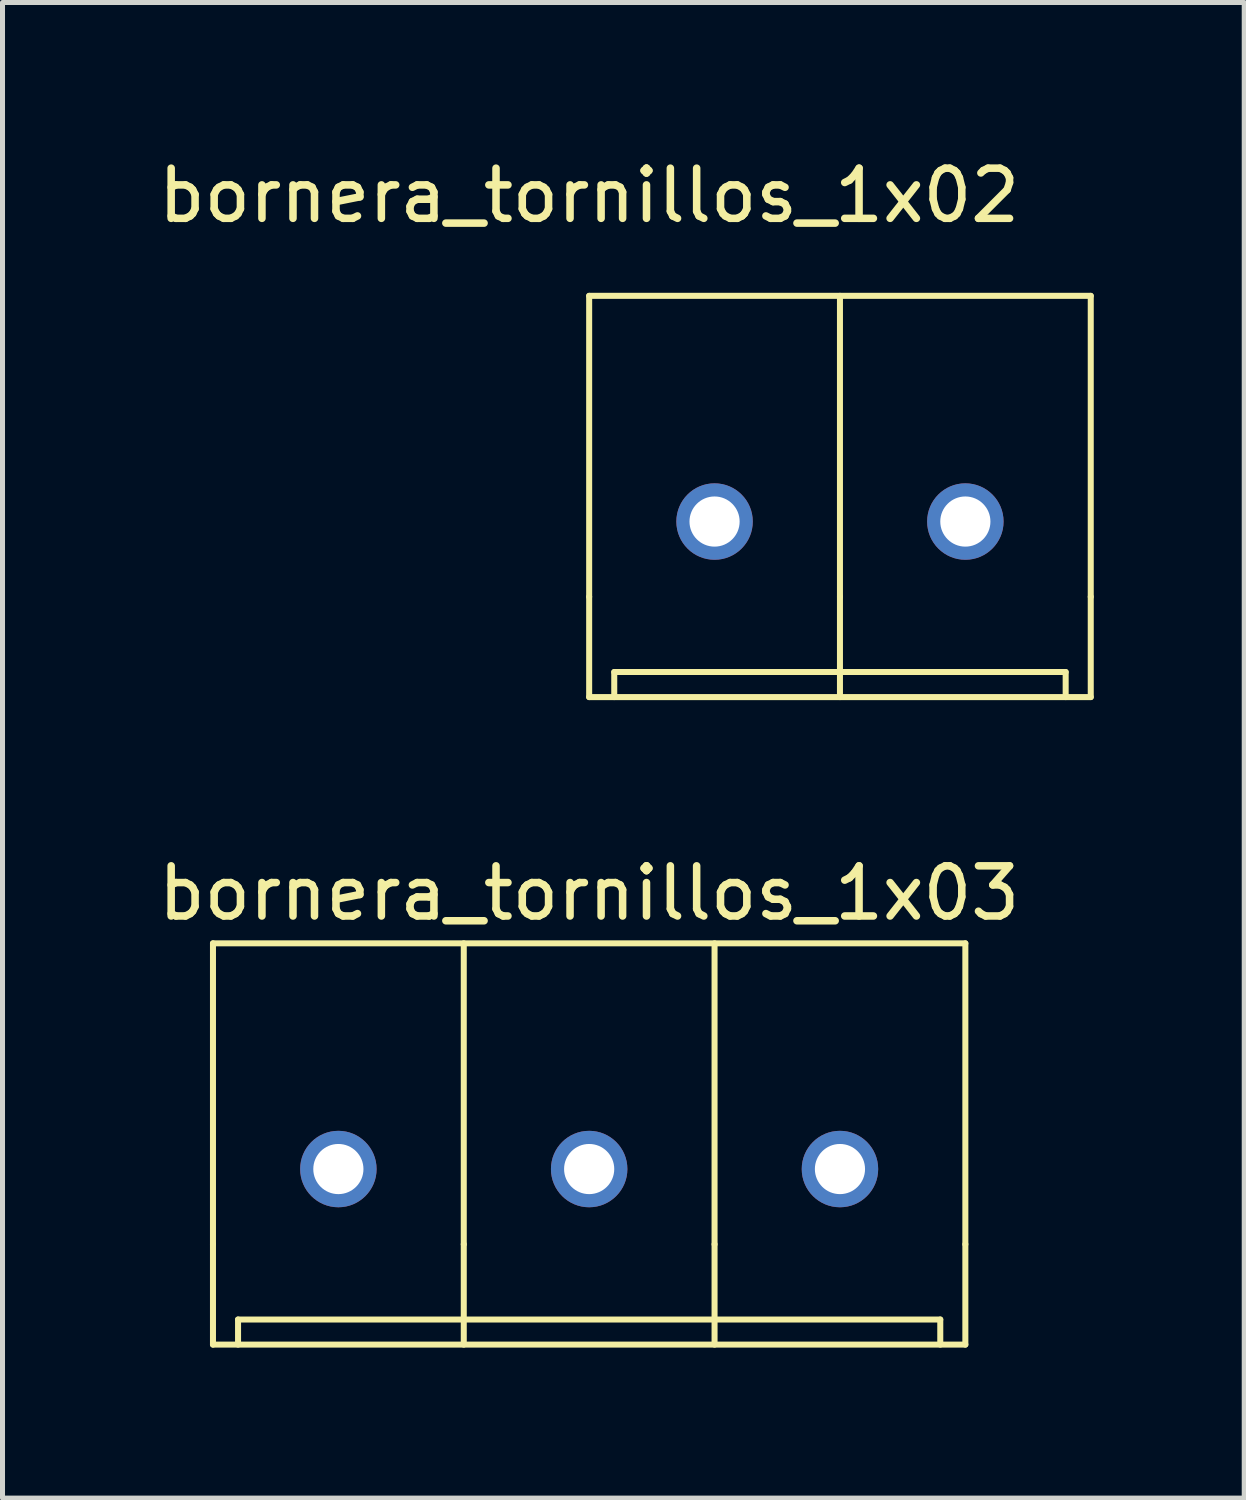
<source format=kicad_pcb>
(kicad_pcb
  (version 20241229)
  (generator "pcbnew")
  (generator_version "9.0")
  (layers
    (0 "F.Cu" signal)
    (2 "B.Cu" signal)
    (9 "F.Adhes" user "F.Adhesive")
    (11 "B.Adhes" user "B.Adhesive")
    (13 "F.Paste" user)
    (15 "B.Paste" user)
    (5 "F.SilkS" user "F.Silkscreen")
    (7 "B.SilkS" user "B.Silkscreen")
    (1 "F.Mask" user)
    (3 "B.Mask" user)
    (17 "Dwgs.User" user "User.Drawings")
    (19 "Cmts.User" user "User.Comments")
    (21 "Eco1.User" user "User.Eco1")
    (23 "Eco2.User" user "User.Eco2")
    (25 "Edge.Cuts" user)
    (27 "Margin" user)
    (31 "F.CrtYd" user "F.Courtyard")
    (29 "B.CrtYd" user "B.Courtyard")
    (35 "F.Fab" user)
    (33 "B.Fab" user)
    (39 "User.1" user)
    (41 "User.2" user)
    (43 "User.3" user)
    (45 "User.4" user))
  (footprint "bornera_tornillos_1x03"
    (layer "F.Cu")
    (at 1.196 15.757)
    (property "Reference" "bornera_tornillos_1x03" (at 7.5 -1 0) (layer "F.SilkS") (effects (font (size 1 1) (thickness 0.15))))
    (attr through_hole)
    (fp_line (start 0 0) (end 15 0) (stroke (width 0.12) (type solid)) (layer "F.SilkS"))
    (fp_line (start 0 6) (end 0 0) (stroke (width 0.12) (type solid)) (layer "F.SilkS"))
    (fp_line (start 0 6) (end 0 8) (stroke (width 0.12) (type solid)) (layer "F.SilkS"))
    (fp_line (start 0.5 7.5) (end 0.5 8) (stroke (width 0.12) (type solid)) (layer "F.SilkS"))
    (fp_line (start 0.5 7.5) (end 14.5 7.5) (stroke (width 0.12) (type solid)) (layer "F.SilkS"))
    (fp_line (start 5 0) (end 5 6) (stroke (width 0.12) (type solid)) (layer "F.SilkS"))
    (fp_line (start 5 6) (end 5 8) (stroke (width 0.12) (type solid)) (layer "F.SilkS"))
    (fp_line (start 10 0) (end 10 6) (stroke (width 0.12) (type solid)) (layer "F.SilkS"))
    (fp_line (start 10 6) (end 10 8) (stroke (width 0.12) (type solid)) (layer "F.SilkS"))
    (fp_line (start 14.5 7.5) (end 14.5 8) (stroke (width 0.12) (type solid)) (layer "F.SilkS"))
    (fp_line (start 15 0) (end 15 6) (stroke (width 0.12) (type solid)) (layer "F.SilkS"))
    (fp_line (start 15 6) (end 15 8) (stroke (width 0.12) (type solid)) (layer "F.SilkS"))
    (fp_line (start 15 8) (end 0 8) (stroke (width 0.12) (type solid)) (layer "F.SilkS"))
    (pad "1" thru_hole circle (at 2.5 4.5) (size 1.524 1.524) (drill 1) (layers "*.Cu" "*.Mask"))
    (pad "2" thru_hole circle (at 7.5 4.5) (size 1.524 1.524) (drill 1) (layers "*.Cu" "*.Mask"))
    (pad "3" thru_hole circle (at 12.5 4.5) (size 1.524 1.524) (drill 1) (layers "*.Cu" "*.Mask")))
  (footprint "bornera_tornillos_1x02"
    (layer "F.Cu")
    (at 8.696 2.848)
    (property "Reference" "bornera_tornillos_1x02" (at 0 -2 0) (layer "F.SilkS") (effects (font (size 1 1) (thickness 0.15))))
    (attr through_hole)
    (fp_line (start 0 0) (end 10 0) (stroke (width 0.12) (type solid)) (layer "F.SilkS"))
    (fp_line (start 0 6) (end 0 0) (stroke (width 0.12) (type solid)) (layer "F.SilkS"))
    (fp_line (start 0 6) (end 0 8) (stroke (width 0.12) (type solid)) (layer "F.SilkS"))
    (fp_line (start 0.5 7.5) (end 9.5 7.5) (stroke (width 0.12) (type solid)) (layer "F.SilkS"))
    (fp_line (start 0.5 8) (end 0.5 7.5) (stroke (width 0.12) (type solid)) (layer "F.SilkS"))
    (fp_line (start 5 0) (end 5 6) (stroke (width 0.12) (type solid)) (layer "F.SilkS"))
    (fp_line (start 5 6) (end 5 8) (stroke (width 0.12) (type solid)) (layer "F.SilkS"))
    (fp_line (start 9.5 7.5) (end 9.5 8) (stroke (width 0.12) (type solid)) (layer "F.SilkS"))
    (fp_line (start 10 0) (end 10 6) (stroke (width 0.12) (type solid)) (layer "F.SilkS"))
    (fp_line (start 10 6) (end 10 8) (stroke (width 0.12) (type solid)) (layer "F.SilkS"))
    (fp_line (start 10 8) (end 0 8) (stroke (width 0.12) (type solid)) (layer "F.SilkS"))
    (pad "1" thru_hole circle (at 2.5 4.5) (size 1.524 1.524) (drill 1) (layers "*.Cu" "*.Mask"))
    (pad "2" thru_hole circle (at 7.5 4.5) (size 1.524 1.524) (drill 1) (layers "*.Cu" "*.Mask")))
  (gr_rect
    (start -3 -3)
    (end 21.756 26.817)
    (stroke (width 0.1) (type default))
    (fill no)
    (layer "Edge.Cuts")))
</source>
